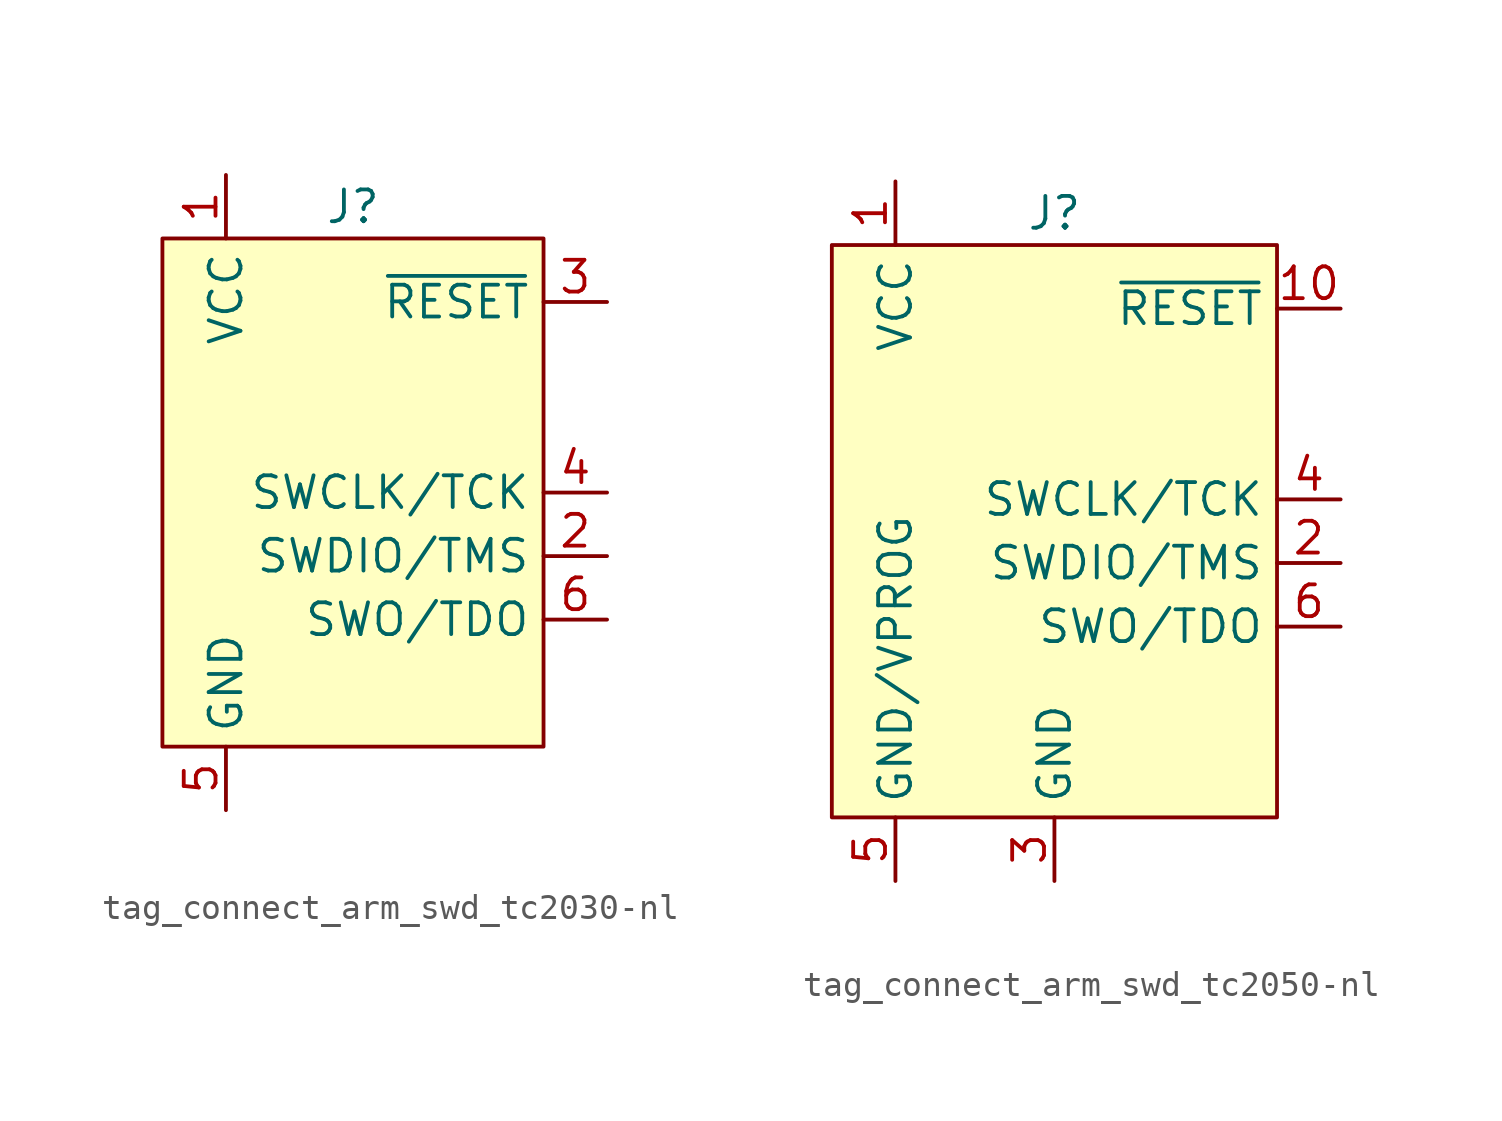
<source format=kicad_sym>
(kicad_symbol_lib
  (version 20231120)
  (generator "kicad_symbol_editor")
  (generator_version "8.0")
  (symbol "tag_connect_arm_swd_tc2030-nl"
    (property "Reference" "J"
      (at 0 11.43 0)
      (effects (font (size 1.27 1.27))))
    (property "Value" ""
      (at 2.54 8.89 0)
      (effects (font (size 1.27 1.27))))
    (symbol "tag_connect_arm_swd_tc2030-nl_0_0"
      (pin power_in line (at -5.08 12.7 270) (length 2.54) (name "VCC" (effects (font (size 1.27 1.27)))) (number "1" (effects (font (size 1.27 1.27)))))
      (pin bidirectional line (at 10.16 -2.54 180) (length 2.54) (name "SWDIO/TMS" (effects (font (size 1.27 1.27)))) (number "2" (effects (font (size 1.27 1.27)))) (alternate "TMS" bidirectional line))
      (pin open_collector line (at 10.16 7.62 180) (length 2.54) (name "~{RESET}" (effects (font (size 1.27 1.27)))) (number "3" (effects (font (size 1.27 1.27)))))
      (pin output line (at 10.16 0 180) (length 2.54) (name "SWCLK/TCK" (effects (font (size 1.27 1.27)))) (number "4" (effects (font (size 1.27 1.27)))) (alternate "TCK" output line))
      (pin power_in line (at -5.08 -12.7 90) (length 2.54) (name "GND" (effects (font (size 1.27 1.27)))) (number "5" (effects (font (size 1.27 1.27)))))
      (pin input line (at 10.16 -5.08 180) (length 2.54) (name "SWO/TDO" (effects (font (size 1.27 1.27)))) (number "6" (effects (font (size 1.27 1.27)))) (alternate "TDO" input line)))
    (symbol "tag_connect_arm_swd_tc2030-nl_0_1"
      (rectangle (start -7.62 10.16) (end 7.62 -10.16) (stroke (width 0) (type default)) (fill (type background)))))
  (symbol "tag_connect_arm_swd_tc2050-nl"
    (property "Reference" "J"
      (at 0 12.7 0)
      (effects (font (size 1.27 1.27))))
    (property "Value" ""
      (at 5.08 8.89 0)
      (effects (font (size 1.27 1.27))))
    (symbol "tag_connect_arm_swd_tc2050-nl_0_0"
      (pin power_in line (at -6.35 13.97 270) (length 2.54) (name "VCC" (effects (font (size 1.27 1.27)))) (number "1" (effects (font (size 1.27 1.27)))))
      (pin open_collector line (at 11.43 8.89 180) (length 2.54) (name "~{RESET}" (effects (font (size 1.27 1.27)))) (number "10" (effects (font (size 1.27 1.27)))))
      (pin bidirectional line (at 11.43 -1.27 180) (length 2.54) (name "SWDIO/TMS" (effects (font (size 1.27 1.27)))) (number "2" (effects (font (size 1.27 1.27)))) (alternate "TMS" bidirectional line))
      (pin power_in line (at 0 -13.97 90) (length 2.54) (name "GND" (effects (font (size 1.27 1.27)))) (number "3" (effects (font (size 1.27 1.27)))))
      (pin output line (at 11.43 1.27 180) (length 2.54) (name "SWCLK/TCK" (effects (font (size 1.27 1.27)))) (number "4" (effects (font (size 1.27 1.27)))) (alternate "TCK" output line))
      (pin power_in line (at -6.35 -13.97 90) (length 2.54) (name "GND/VPROG" (effects (font (size 1.27 1.27)))) (number "5" (effects (font (size 1.27 1.27)))))
      (pin input line (at 11.43 -3.81 180) (length 2.54) (name "SWO/TDO" (effects (font (size 1.27 1.27)))) (number "6" (effects (font (size 1.27 1.27)))) (alternate "TDO" input line))
      (pin no_connect line (at 11.43 -6.35 180) (length 2.54) hide (name "" (effects (font (size 1.27 1.27)))) (number "7" (effects (font (size 1.27 1.27)))))
      (pin no_connect line (at 11.43 -6.35 180) (length 2.54) hide (name "" (effects (font (size 1.27 1.27)))) (number "8" (effects (font (size 1.27 1.27)))))
      (pin no_connect line (at 11.43 -6.35 180) (length 2.54) hide (name "" (effects (font (size 1.27 1.27)))) (number "9" (effects (font (size 1.27 1.27))))))
    (symbol "tag_connect_arm_swd_tc2050-nl_0_1"
      (rectangle (start -8.89 11.43) (end 8.89 -11.43) (stroke (width 0) (type default)) (fill (type background))))))
</source>
